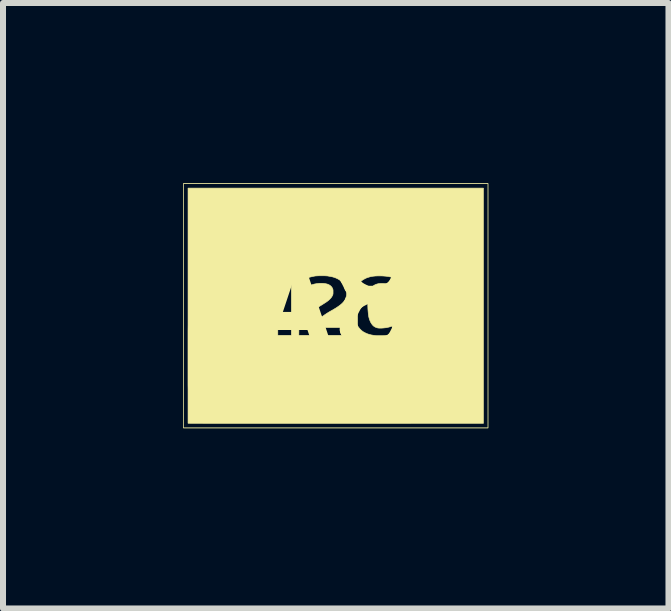
<source format=kicad_pcb>
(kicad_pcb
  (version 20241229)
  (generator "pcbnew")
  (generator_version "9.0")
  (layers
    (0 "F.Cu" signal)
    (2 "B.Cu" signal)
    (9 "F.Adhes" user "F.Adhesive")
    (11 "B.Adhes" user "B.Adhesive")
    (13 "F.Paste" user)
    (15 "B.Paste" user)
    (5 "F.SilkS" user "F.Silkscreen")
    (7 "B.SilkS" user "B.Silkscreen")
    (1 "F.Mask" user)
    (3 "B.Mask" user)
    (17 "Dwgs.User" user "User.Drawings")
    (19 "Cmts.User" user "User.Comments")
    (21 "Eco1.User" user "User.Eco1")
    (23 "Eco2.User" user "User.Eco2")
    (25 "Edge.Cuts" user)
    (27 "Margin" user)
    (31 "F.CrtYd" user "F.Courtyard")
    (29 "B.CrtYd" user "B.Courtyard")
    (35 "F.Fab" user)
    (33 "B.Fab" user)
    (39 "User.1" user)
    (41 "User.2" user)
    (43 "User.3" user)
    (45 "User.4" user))
  (footprint "A8"
    (layer "F.Cu")
    (at 2.542 2.042)
    (property "Reference" "A8" (at 0 0 0) (layer "F.SilkS") (effects (font (size 1.524 1.524) (thickness 0.3))))
    (attr through_hole)
    (fp_poly (pts (xy 2.537 2.037) (xy -2.537 2.037) (xy -2.537 -2.034) (xy -2.535 -2.034) (xy -2.535 2.034) (xy 2.535 2.034) (xy 2.535 -2.034) (xy -2.535 -2.034) (xy -2.537 -2.034) (xy -2.537 -2.037) (xy 2.537 -2.037) (xy 2.537 2.037)) (stroke (width 0.01) (type solid)) (fill yes) (layer "F.SilkS"))
    (fp_poly (pts (xy 2.46 1.959) (xy 0.001 1.96) (xy -0.138 1.96) (xy -0.272 1.96) (xy -0.401 1.96) (xy -0.525 1.96) (xy -0.645 1.96) (xy -0.759 1.96) (xy -0.87 1.96) (xy -0.975 1.96) (xy -1.076 1.96) (xy -1.173 1.96) (xy -1.266 1.96) (xy -1.354 1.96) (xy -1.438 1.96) (xy -1.519 1.96) (xy -1.595 1.96) (xy -1.667 1.96) (xy -1.736 1.96) (xy -1.801 1.96) (xy -1.862 1.96) (xy -1.92 1.96) (xy -1.974 1.96) (xy -2.025 1.96) (xy -2.073 1.96) (xy -2.117 1.96) (xy -2.159 1.96) (xy -2.197 1.96) (xy -2.232 1.959) (xy -2.265 1.959) (xy -2.294 1.959) (xy -2.321 1.959) (xy -2.345 1.959) (xy -2.367 1.959) (xy -2.386 1.959) (xy -2.403 1.959) (xy -2.417 1.959) (xy -2.429 1.958) (xy -2.439 1.958) (xy -2.447 1.958) (xy -2.453 1.958) (xy -2.457 1.958) (xy -2.459 1.958) (xy -2.46 1.958) (xy -2.46 1.955) (xy -2.46 1.947) (xy -2.46 1.935) (xy -2.46 1.918) (xy -2.46 1.896) (xy -2.46 1.87) (xy -2.46 1.839) (xy -2.46 1.804) (xy -2.46 1.765) (xy -2.46 1.722) (xy -2.46 1.676) (xy -2.46 1.625) (xy -2.46 1.571) (xy -2.46 1.514) (xy -2.46 1.453) (xy -2.46 1.389) (xy -2.461 1.321) (xy -2.461 1.251) (xy -2.461 1.178) (xy -2.461 1.102) (xy -2.461 1.024) (xy -2.461 0.943) (xy -2.461 0.859) (xy -2.461 0.774) (xy -2.461 0.686) (xy -2.461 0.596) (xy -2.461 0.504) (xy -2.461 0.411) (xy -2.46 0.316) (xy -2.46 0.219) (xy -2.46 0.121) (xy -2.46 0.022) (xy -2.46 -0.003) (xy -2.46 -0.49) (xy -0.965 -0.49) (xy -0.965 0.493) (xy -0.739 0.493) (xy -0.615 0.493) (xy 0.17 0.493) (xy 0.17 0.363) (xy -0.108 0.363) (xy -0.386 0.362) (xy -0.372 0.339) (xy -0.359 0.319) (xy -0.347 0.302) (xy -0.334 0.285) (xy -0.319 0.268) (xy -0.302 0.25) (xy -0.295 0.244) (xy -0.273 0.223) (xy -0.251 0.203) (xy -0.229 0.184) (xy -0.204 0.166) (xy -0.178 0.147) (xy -0.149 0.128) (xy -0.117 0.108) (xy -0.081 0.087) (xy -0.057 0.074) (xy -0.02 0.052) (xy 0.013 0.032) (xy 0.042 0.012) (xy 0.067 -0.006) (xy 0.09 -0.024) (xy 0.09 -0.024) (xy 0.287 -0.024) (xy 0.289 0.032) (xy 0.289 0.043) (xy 0.294 0.1) (xy 0.302 0.153) (xy 0.312 0.202) (xy 0.324 0.247) (xy 0.339 0.287) (xy 0.357 0.324) (xy 0.378 0.356) (xy 0.401 0.385) (xy 0.427 0.411) (xy 0.456 0.433) (xy 0.489 0.451) (xy 0.524 0.467) (xy 0.531 0.469) (xy 0.561 0.479) (xy 0.594 0.487) (xy 0.631 0.493) (xy 0.672 0.498) (xy 0.674 0.499) (xy 0.68 0.499) (xy 0.689 0.499) (xy 0.702 0.499) (xy 0.718 0.499) (xy 0.735 0.499) (xy 0.749 0.499) (xy 0.774 0.499) (xy 0.795 0.498) (xy 0.813 0.497) (xy 0.829 0.495) (xy 0.843 0.494) (xy 0.847 0.493) (xy 0.866 0.49) (xy 0.882 0.487) (xy 0.897 0.483) (xy 0.913 0.479) (xy 0.932 0.474) (xy 0.941 0.471) (xy 0.961 0.464) (xy 0.978 0.457) (xy 0.992 0.451) (xy 1.001 0.445) (xy 1.006 0.44) (xy 1.007 0.439) (xy 1.008 0.435) (xy 1.008 0.427) (xy 1.01 0.416) (xy 1.011 0.403) (xy 1.012 0.387) (xy 1.014 0.371) (xy 1.015 0.355) (xy 1.017 0.339) (xy 1.018 0.324) (xy 1.019 0.312) (xy 1.02 0.302) (xy 1.02 0.297) (xy 1.02 0.295) (xy 1.018 0.296) (xy 1.012 0.3) (xy 1.005 0.304) (xy 1.002 0.306) (xy 0.966 0.327) (xy 0.927 0.344) (xy 0.885 0.356) (xy 0.839 0.366) (xy 0.791 0.371) (xy 0.762 0.373) (xy 0.745 0.373) (xy 0.731 0.373) (xy 0.721 0.373) (xy 0.713 0.372) (xy 0.705 0.371) (xy 0.698 0.37) (xy 0.694 0.369) (xy 0.669 0.361) (xy 0.647 0.35) (xy 0.627 0.336) (xy 0.61 0.318) (xy 0.594 0.296) (xy 0.579 0.27) (xy 0.571 0.251) (xy 0.563 0.232) (xy 0.557 0.211) (xy 0.551 0.189) (xy 0.547 0.164) (xy 0.543 0.136) (xy 0.54 0.104) (xy 0.537 0.068) (xy 0.536 0.055) (xy 0.534 0.000086) (xy 0.534 -0.051) (xy 0.536 -0.1) (xy 0.541 -0.144) (xy 0.549 -0.185) (xy 0.558 -0.223) (xy 0.57 -0.256) (xy 0.585 -0.284) (xy 0.587 -0.288) (xy 0.603 -0.31) (xy 0.623 -0.329) (xy 0.647 -0.345) (xy 0.673 -0.357) (xy 0.702 -0.365) (xy 0.71 -0.367) (xy 0.737 -0.37) (xy 0.767 -0.371) (xy 0.799 -0.37) (xy 0.832 -0.367) (xy 0.865 -0.362) (xy 0.896 -0.355) (xy 0.923 -0.347) (xy 0.924 -0.347) (xy 0.934 -0.343) (xy 0.947 -0.338) (xy 0.962 -0.331) (xy 0.978 -0.324) (xy 0.993 -0.317) (xy 1.006 -0.311) (xy 1.016 -0.305) (xy 1.02 -0.303) (xy 1.027 -0.3) (xy 1.031 -0.298) (xy 1.032 -0.297) (xy 1.032 -0.3) (xy 1.03 -0.307) (xy 1.028 -0.317) (xy 1.024 -0.33) (xy 1.02 -0.346) (xy 1.016 -0.362) (xy 1.011 -0.38) (xy 1.007 -0.397) (xy 1.002 -0.413) (xy 0.998 -0.428) (xy 0.995 -0.441) (xy 0.992 -0.451) (xy 0.99 -0.458) (xy 0.989 -0.46) (xy 0.985 -0.462) (xy 0.977 -0.464) (xy 0.966 -0.467) (xy 0.952 -0.471) (xy 0.936 -0.474) (xy 0.919 -0.478) (xy 0.902 -0.481) (xy 0.886 -0.485) (xy 0.871 -0.487) (xy 0.86 -0.489) (xy 0.822 -0.493) (xy 0.781 -0.496) (xy 0.739 -0.497) (xy 0.701 -0.497) (xy 0.658 -0.495) (xy 0.619 -0.491) (xy 0.584 -0.485) (xy 0.551 -0.476) (xy 0.52 -0.466) (xy 0.49 -0.453) (xy 0.489 -0.452) (xy 0.454 -0.432) (xy 0.423 -0.41) (xy 0.396 -0.383) (xy 0.372 -0.353) (xy 0.351 -0.319) (xy 0.345 -0.309) (xy 0.328 -0.269) (xy 0.314 -0.226) (xy 0.303 -0.18) (xy 0.295 -0.13) (xy 0.289 -0.078) (xy 0.287 -0.024) (xy 0.09 -0.024) (xy 0.109 -0.042) (xy 0.117 -0.05) (xy 0.133 -0.068) (xy 0.146 -0.085) (xy 0.157 -0.103) (xy 0.165 -0.123) (xy 0.173 -0.146) (xy 0.174 -0.149) (xy 0.177 -0.158) (xy 0.179 -0.167) (xy 0.18 -0.175) (xy 0.181 -0.185) (xy 0.181 -0.198) (xy 0.181 -0.208) (xy 0.18 -0.235) (xy 0.178 -0.258) (xy 0.173 -0.28) (xy 0.166 -0.302) (xy 0.162 -0.313) (xy 0.147 -0.343) (xy 0.127 -0.371) (xy 0.104 -0.397) (xy 0.076 -0.421) (xy 0.045 -0.441) (xy 0.016 -0.456) (xy -0.013 -0.468) (xy -0.048 -0.479) (xy -0.087 -0.487) (xy -0.131 -0.495) (xy -0.137 -0.496) (xy -0.15 -0.497) (xy -0.167 -0.498) (xy -0.187 -0.499) (xy -0.209 -0.499) (xy -0.232 -0.499) (xy -0.256 -0.499) (xy -0.279 -0.499) (xy -0.301 -0.498) (xy -0.32 -0.497) (xy -0.335 -0.496) (xy -0.344 -0.495) (xy -0.37 -0.49) (xy -0.398 -0.484) (xy -0.427 -0.477) (xy -0.454 -0.469) (xy -0.461 -0.467) (xy -0.482 -0.459) (xy -0.505 -0.449) (xy -0.527 -0.438) (xy -0.549 -0.425) (xy -0.568 -0.413) (xy -0.584 -0.401) (xy -0.592 -0.394) (xy -0.604 -0.382) (xy -0.604 -0.205) (xy -0.585 -0.224) (xy -0.568 -0.239) (xy -0.549 -0.255) (xy -0.529 -0.271) (xy -0.508 -0.287) (xy -0.488 -0.302) (xy -0.468 -0.315) (xy -0.451 -0.326) (xy -0.439 -0.332) (xy -0.401 -0.348) (xy -0.36 -0.36) (xy -0.316 -0.368) (xy -0.268 -0.373) (xy -0.241 -0.373) (xy -0.203 -0.372) (xy -0.169 -0.367) (xy -0.139 -0.36) (xy -0.114 -0.35) (xy -0.092 -0.336) (xy -0.074 -0.32) (xy -0.06 -0.301) (xy -0.05 -0.28) (xy -0.048 -0.273) (xy -0.046 -0.266) (xy -0.045 -0.257) (xy -0.045 -0.246) (xy -0.045 -0.23) (xy -0.045 -0.23) (xy -0.045 -0.215) (xy -0.045 -0.205) (xy -0.046 -0.196) (xy -0.047 -0.19) (xy -0.049 -0.183) (xy -0.051 -0.177) (xy -0.063 -0.154) (xy -0.078 -0.132) (xy -0.098 -0.11) (xy -0.123 -0.087) (xy -0.139 -0.075) (xy -0.147 -0.069) (xy -0.158 -0.061) (xy -0.172 -0.052) (xy -0.188 -0.042) (xy -0.205 -0.031) (xy -0.22 -0.021) (xy -0.258 0.002) (xy -0.292 0.024) (xy -0.322 0.043) (xy -0.349 0.06) (xy -0.373 0.076) (xy -0.394 0.09) (xy -0.413 0.104) (xy -0.43 0.117) (xy -0.446 0.129) (xy -0.46 0.141) (xy -0.473 0.153) (xy -0.486 0.165) (xy -0.498 0.178) (xy -0.51 0.192) (xy -0.523 0.206) (xy -0.529 0.213) (xy -0.548 0.236) (xy -0.563 0.256) (xy -0.576 0.275) (xy -0.586 0.294) (xy -0.59 0.302) (xy -0.597 0.315) (xy -0.602 0.326) (xy -0.606 0.335) (xy -0.609 0.345) (xy -0.611 0.354) (xy -0.612 0.365) (xy -0.613 0.379) (xy -0.614 0.395) (xy -0.614 0.415) (xy -0.614 0.425) (xy -0.615 0.493) (xy -0.739 0.493) (xy -0.739 -0.49) (xy -0.965 -0.49) (xy -2.46 -0.49) (xy -2.46 -1.959) (xy 2.46 -1.959) (xy 2.46 1.959)) (stroke (width 0.01) (type solid)) (fill yes) (layer "F.SilkS")))
  (gr_rect
    (start -3 -3)
    (end 8.084 7.084)
    (stroke (width 0.1) (type default))
    (fill no)
    (layer "Edge.Cuts")))
</source>
